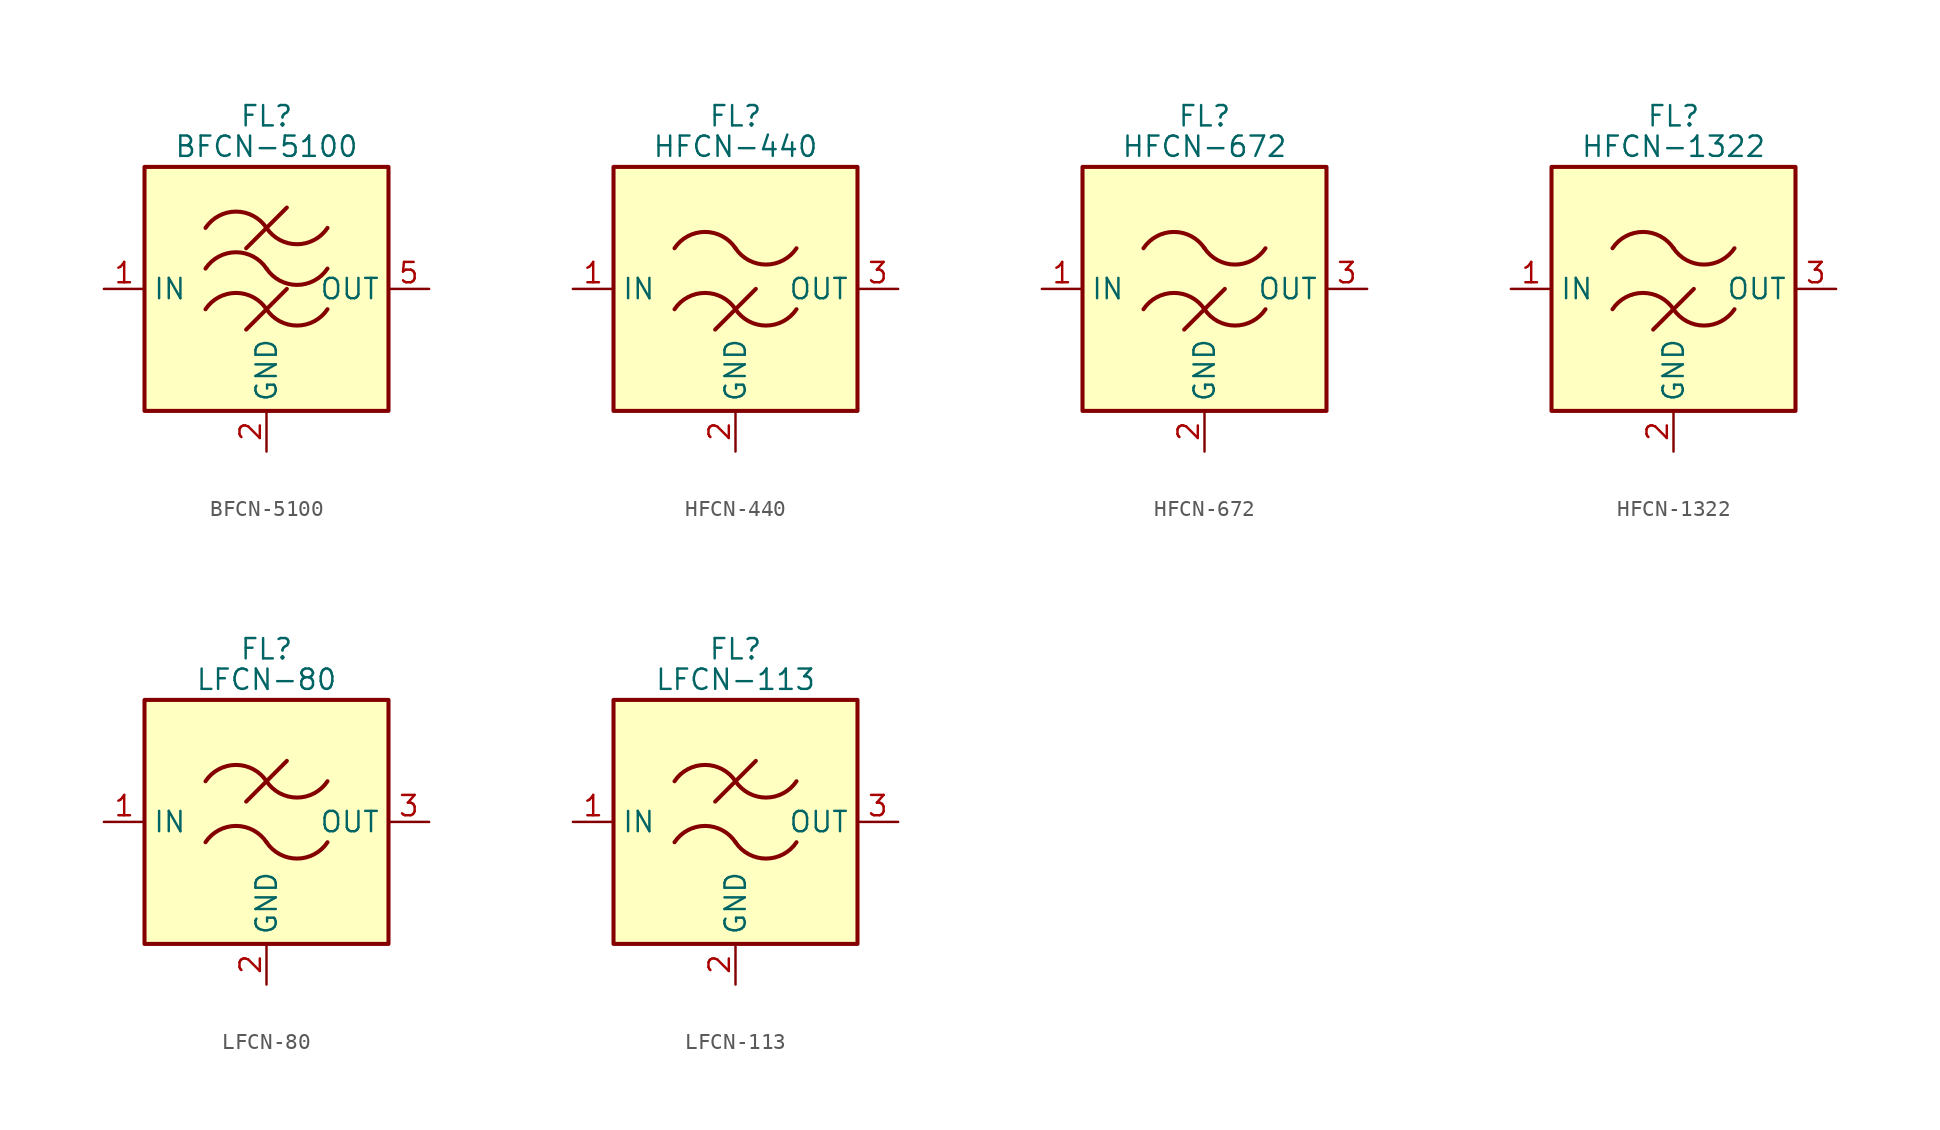
<source format=kicad_sym>
(kicad_symbol_lib
  (version 20201005)
  (generator kicad_symbol_editor)
  (symbol "RF_Filter:BFCN-5100"
    (property "Reference" "FL"
      (at 0 10.795 0)
      (effects (font (size 1.27 1.27))))
    (property "Value" "BFCN-5100"
      (at 0 8.89 0)
      (effects (font (size 1.27 1.27))))
    (symbol "BFCN-5100_0_1"
      (arc (start -3.81 -1.27) (end 0 -1.27) (radius (at -1.905 -2.54) (length 2.286) (angles 146.3 33.7)) (stroke (width 0.254)) (fill (type none)))
      (arc (start -3.81 1.27) (end 0 1.27) (radius (at -1.905 0) (length 2.286) (angles 146.3 33.7)) (stroke (width 0.254)) (fill (type none)))
      (arc (start -3.81 3.81) (end 0 3.81) (radius (at -1.905 2.54) (length 2.286) (angles 146.3 33.7)) (stroke (width 0.254)) (fill (type none)))
      (arc (start 0 -1.27) (end 3.81 -1.27) (radius (at 1.905 0) (length 2.286) (angles -146.3 -33.7)) (stroke (width 0.254)) (fill (type none)))
      (arc (start 0 1.27) (end 3.81 1.27) (radius (at 1.905 2.54) (length 2.286) (angles -146.3 -33.7)) (stroke (width 0.254)) (fill (type none)))
      (arc (start 0 3.81) (end 3.81 3.81) (radius (at 1.905 5.08) (length 2.286) (angles -146.3 -33.7)) (stroke (width 0.254)) (fill (type none)))
      (rectangle (start -7.62 7.62) (end 7.62 -7.62) (stroke (width 0.254)) (fill (type background)))
      (polyline (pts (xy -1.27 -2.54) (xy 1.27 0)) (stroke (width 0.254)) (fill (type none)))
      (polyline (pts (xy -1.27 2.54) (xy 1.27 5.08)) (stroke (width 0.254)) (fill (type none))))
    (symbol "BFCN-5100_1_1"
      (pin passive line (at -10.16 0 0) (length 2.54) (name "IN" (effects (font (size 1.27 1.27)))) (number "1" (effects (font (size 1.27 1.27)))))
      (pin passive line (at 0 -10.16 90) (length 2.54) (name "GND" (effects (font (size 1.27 1.27)))) (number "2" (effects (font (size 1.27 1.27)))))
      (pin passive line (at 0 -10.16 90) (length 2.54) hide (name "GND" (effects (font (size 1.27 1.27)))) (number "3" (effects (font (size 1.27 1.27)))))
      (pin passive line (at 0 -10.16 90) (length 2.54) hide (name "GND" (effects (font (size 1.27 1.27)))) (number "4" (effects (font (size 1.27 1.27)))))
      (pin passive line (at 10.16 0 180) (length 2.54) (name "OUT" (effects (font (size 1.27 1.27)))) (number "5" (effects (font (size 1.27 1.27)))))
      (pin passive line (at 0 -10.16 90) (length 2.54) hide (name "GND" (effects (font (size 1.27 1.27)))) (number "6" (effects (font (size 1.27 1.27)))))
      (pin passive line (at 0 -10.16 90) (length 2.54) hide (name "GND" (effects (font (size 1.27 1.27)))) (number "7" (effects (font (size 1.27 1.27)))))
      (pin passive line (at 0 -10.16 90) (length 2.54) hide (name "GND" (effects (font (size 1.27 1.27)))) (number "8" (effects (font (size 1.27 1.27)))))))
  (symbol "RF_Filter:HFCN-440"
    (property "Reference" "FL"
      (at 0 10.795 0)
      (effects (font (size 1.27 1.27))))
    (property "Value" "HFCN-440"
      (at 0 8.89 0)
      (effects (font (size 1.27 1.27))))
    (symbol "HFCN-440_0_1"
      (arc (start -3.81 -1.27) (end 0 -1.27) (radius (at -1.905 -2.54) (length 2.286) (angles 146.3 33.7)) (stroke (width 0.254)) (fill (type none)))
      (arc (start -3.81 2.54) (end 0 2.54) (radius (at -1.905 1.27) (length 2.286) (angles 146.3 33.7)) (stroke (width 0.254)) (fill (type none)))
      (arc (start 0 -1.27) (end 3.81 -1.27) (radius (at 1.905 0) (length 2.286) (angles -146.3 -33.7)) (stroke (width 0.254)) (fill (type none)))
      (arc (start 0 2.54) (end 3.81 2.54) (radius (at 1.905 3.81) (length 2.286) (angles -146.3 -33.7)) (stroke (width 0.254)) (fill (type none)))
      (rectangle (start -7.62 7.62) (end 7.62 -7.62) (stroke (width 0.254)) (fill (type background)))
      (polyline (pts (xy -1.27 -2.54) (xy 1.27 0)) (stroke (width 0.254)) (fill (type none))))
    (symbol "HFCN-440_1_1"
      (pin passive line (at -10.16 0 0) (length 2.54) (name "IN" (effects (font (size 1.27 1.27)))) (number "1" (effects (font (size 1.27 1.27)))))
      (pin passive line (at 0 -10.16 90) (length 2.54) (name "GND" (effects (font (size 1.27 1.27)))) (number "2" (effects (font (size 1.27 1.27)))))
      (pin passive line (at 10.16 0 180) (length 2.54) (name "OUT" (effects (font (size 1.27 1.27)))) (number "3" (effects (font (size 1.27 1.27)))))
      (pin passive line (at 0 -10.16 90) (length 2.54) hide (name "GND" (effects (font (size 1.27 1.27)))) (number "4" (effects (font (size 1.27 1.27)))))))
  (symbol "RF_Filter:HFCN-672"
    (property "Reference" "FL"
      (at 0 10.795 0)
      (effects (font (size 1.27 1.27))))
    (property "Value" "HFCN-672"
      (at 0 8.89 0)
      (effects (font (size 1.27 1.27))))
    (symbol "HFCN-672_0_1"
      (arc (start -3.81 -1.27) (end 0 -1.27) (radius (at -1.905 -2.54) (length 2.286) (angles 146.3 33.7)) (stroke (width 0.254)) (fill (type none)))
      (arc (start -3.81 2.54) (end 0 2.54) (radius (at -1.905 1.27) (length 2.286) (angles 146.3 33.7)) (stroke (width 0.254)) (fill (type none)))
      (arc (start 0 -1.27) (end 3.81 -1.27) (radius (at 1.905 0) (length 2.286) (angles -146.3 -33.7)) (stroke (width 0.254)) (fill (type none)))
      (arc (start 0 2.54) (end 3.81 2.54) (radius (at 1.905 3.81) (length 2.286) (angles -146.3 -33.7)) (stroke (width 0.254)) (fill (type none)))
      (rectangle (start -7.62 7.62) (end 7.62 -7.62) (stroke (width 0.254)) (fill (type background)))
      (polyline (pts (xy -1.27 -2.54) (xy 1.27 0)) (stroke (width 0.254)) (fill (type none))))
    (symbol "HFCN-672_1_1"
      (pin passive line (at -10.16 0 0) (length 2.54) (name "IN" (effects (font (size 1.27 1.27)))) (number "1" (effects (font (size 1.27 1.27)))))
      (pin passive line (at 0 -10.16 90) (length 2.54) (name "GND" (effects (font (size 1.27 1.27)))) (number "2" (effects (font (size 1.27 1.27)))))
      (pin passive line (at 10.16 0 180) (length 2.54) (name "OUT" (effects (font (size 1.27 1.27)))) (number "3" (effects (font (size 1.27 1.27)))))
      (pin passive line (at 0 -10.16 90) (length 2.54) hide (name "GND" (effects (font (size 1.27 1.27)))) (number "4" (effects (font (size 1.27 1.27)))))
      (pin passive line (at 0 -10.16 90) (length 2.54) hide (name "GND" (effects (font (size 1.27 1.27)))) (number "5" (effects (font (size 1.27 1.27)))))
      (pin passive line (at 0 -10.16 90) (length 2.54) hide (name "GND" (effects (font (size 1.27 1.27)))) (number "6" (effects (font (size 1.27 1.27)))))))
  (symbol "RF_Filter:HFCN-1322"
    (property "Reference" "FL"
      (at 0 10.795 0)
      (effects (font (size 1.27 1.27))))
    (property "Value" "HFCN-1322"
      (at 0 8.89 0)
      (effects (font (size 1.27 1.27))))
    (symbol "HFCN-1322_0_1"
      (arc (start -3.81 -1.27) (end 0 -1.27) (radius (at -1.905 -2.54) (length 2.286) (angles 146.3 33.7)) (stroke (width 0.254)) (fill (type none)))
      (arc (start -3.81 2.54) (end 0 2.54) (radius (at -1.905 1.27) (length 2.286) (angles 146.3 33.7)) (stroke (width 0.254)) (fill (type none)))
      (arc (start 0 -1.27) (end 3.81 -1.27) (radius (at 1.905 0) (length 2.286) (angles -146.3 -33.7)) (stroke (width 0.254)) (fill (type none)))
      (arc (start 0 2.54) (end 3.81 2.54) (radius (at 1.905 3.81) (length 2.286) (angles -146.3 -33.7)) (stroke (width 0.254)) (fill (type none)))
      (rectangle (start -7.62 7.62) (end 7.62 -7.62) (stroke (width 0.254)) (fill (type background)))
      (polyline (pts (xy -1.27 -2.54) (xy 1.27 0)) (stroke (width 0.254)) (fill (type none))))
    (symbol "HFCN-1322_1_1"
      (pin passive line (at -10.16 0 0) (length 2.54) (name "IN" (effects (font (size 1.27 1.27)))) (number "1" (effects (font (size 1.27 1.27)))))
      (pin passive line (at 0 -10.16 90) (length 2.54) (name "GND" (effects (font (size 1.27 1.27)))) (number "2" (effects (font (size 1.27 1.27)))))
      (pin passive line (at 10.16 0 180) (length 2.54) (name "OUT" (effects (font (size 1.27 1.27)))) (number "3" (effects (font (size 1.27 1.27)))))
      (pin passive line (at 0 -10.16 90) (length 2.54) hide (name "GND" (effects (font (size 1.27 1.27)))) (number "4" (effects (font (size 1.27 1.27)))))))
  (symbol "RF_Filter:LFCN-80"
    (property "Reference" "FL"
      (at 0 10.795 0)
      (effects (font (size 1.27 1.27))))
    (property "Value" "LFCN-80"
      (at 0 8.89 0)
      (effects (font (size 1.27 1.27))))
    (symbol "LFCN-80_0_1"
      (arc (start -3.81 -1.27) (end 0 -1.27) (radius (at -1.905 -2.54) (length 2.286) (angles 146.3 33.7)) (stroke (width 0.254)) (fill (type none)))
      (arc (start -3.81 2.54) (end 0 2.54) (radius (at -1.905 1.27) (length 2.286) (angles 146.3 33.7)) (stroke (width 0.254)) (fill (type none)))
      (arc (start 0 -1.27) (end 3.81 -1.27) (radius (at 1.905 0) (length 2.286) (angles -146.3 -33.7)) (stroke (width 0.254)) (fill (type none)))
      (arc (start 0 2.54) (end 3.81 2.54) (radius (at 1.905 3.81) (length 2.286) (angles -146.3 -33.7)) (stroke (width 0.254)) (fill (type none)))
      (rectangle (start -7.62 7.62) (end 7.62 -7.62) (stroke (width 0.254)) (fill (type background)))
      (polyline (pts (xy -1.27 1.27) (xy 1.27 3.81)) (stroke (width 0.254)) (fill (type none))))
    (symbol "LFCN-80_1_1"
      (pin passive line (at -10.16 0 0) (length 2.54) (name "IN" (effects (font (size 1.27 1.27)))) (number "1" (effects (font (size 1.27 1.27)))))
      (pin passive line (at 0 -10.16 90) (length 2.54) (name "GND" (effects (font (size 1.27 1.27)))) (number "2" (effects (font (size 1.27 1.27)))))
      (pin passive line (at 10.16 0 180) (length 2.54) (name "OUT" (effects (font (size 1.27 1.27)))) (number "3" (effects (font (size 1.27 1.27)))))
      (pin passive line (at 0 -10.16 90) (length 2.54) hide (name "GND" (effects (font (size 1.27 1.27)))) (number "4" (effects (font (size 1.27 1.27)))))))
  (symbol "RF_Filter:LFCN-113"
    (property "Reference" "FL"
      (at 0 10.795 0)
      (effects (font (size 1.27 1.27))))
    (property "Value" "LFCN-113"
      (at 0 8.89 0)
      (effects (font (size 1.27 1.27))))
    (symbol "LFCN-113_0_1"
      (arc (start -3.81 -1.27) (end 0 -1.27) (radius (at -1.905 -2.54) (length 2.286) (angles 146.3 33.7)) (stroke (width 0.254)) (fill (type none)))
      (arc (start -3.81 2.54) (end 0 2.54) (radius (at -1.905 1.27) (length 2.286) (angles 146.3 33.7)) (stroke (width 0.254)) (fill (type none)))
      (arc (start 0 -1.27) (end 3.81 -1.27) (radius (at 1.905 0) (length 2.286) (angles -146.3 -33.7)) (stroke (width 0.254)) (fill (type none)))
      (arc (start 0 2.54) (end 3.81 2.54) (radius (at 1.905 3.81) (length 2.286) (angles -146.3 -33.7)) (stroke (width 0.254)) (fill (type none)))
      (rectangle (start -7.62 7.62) (end 7.62 -7.62) (stroke (width 0.254)) (fill (type background)))
      (polyline (pts (xy -1.27 1.27) (xy 1.27 3.81)) (stroke (width 0.254)) (fill (type none))))
    (symbol "LFCN-113_1_1"
      (pin passive line (at -10.16 0 0) (length 2.54) (name "IN" (effects (font (size 1.27 1.27)))) (number "1" (effects (font (size 1.27 1.27)))))
      (pin passive line (at 0 -10.16 90) (length 2.54) (name "GND" (effects (font (size 1.27 1.27)))) (number "2" (effects (font (size 1.27 1.27)))))
      (pin passive line (at 10.16 0 180) (length 2.54) (name "OUT" (effects (font (size 1.27 1.27)))) (number "3" (effects (font (size 1.27 1.27)))))
      (pin passive line (at 0 -10.16 90) (length 2.54) hide (name "GND" (effects (font (size 1.27 1.27)))) (number "4" (effects (font (size 1.27 1.27))))))))
</source>
